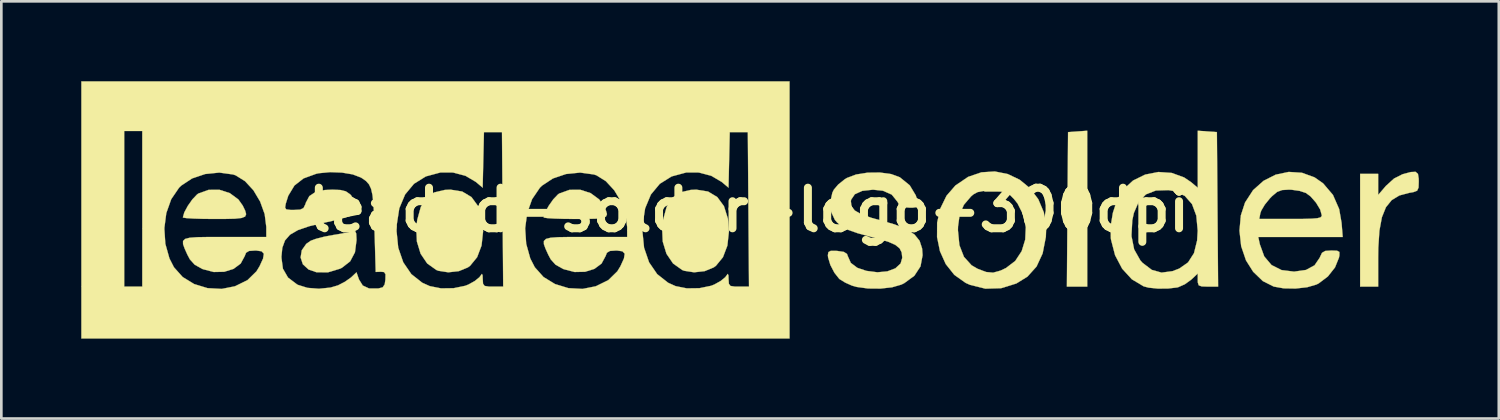
<source format=kicad_pcb>
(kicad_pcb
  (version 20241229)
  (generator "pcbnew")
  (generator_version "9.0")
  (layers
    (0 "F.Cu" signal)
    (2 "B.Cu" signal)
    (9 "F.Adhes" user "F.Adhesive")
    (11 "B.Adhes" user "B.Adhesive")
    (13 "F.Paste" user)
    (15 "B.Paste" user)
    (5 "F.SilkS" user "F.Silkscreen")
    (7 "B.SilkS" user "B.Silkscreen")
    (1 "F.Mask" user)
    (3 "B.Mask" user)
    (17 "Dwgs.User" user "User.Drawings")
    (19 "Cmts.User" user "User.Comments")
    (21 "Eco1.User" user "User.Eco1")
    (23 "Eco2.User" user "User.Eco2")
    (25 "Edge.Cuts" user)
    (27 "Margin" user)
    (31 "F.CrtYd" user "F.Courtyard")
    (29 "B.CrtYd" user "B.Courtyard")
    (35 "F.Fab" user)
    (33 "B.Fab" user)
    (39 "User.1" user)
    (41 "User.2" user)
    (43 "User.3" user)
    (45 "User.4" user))
  (footprint "leaded-solder-logo-300dpi"
    (layer "F.Cu")
    (at 25.066 4.831)
    (property "Reference" "leaded-solder-logo-300dpi" (at 0 0 0) (layer "F.SilkS") (effects (font (size 1.524 1.524) (thickness 0.3))))
    (attr through_hole)
    (fp_poly (pts (xy 12.7 2.879) (xy 11.936 2.879) (xy 11.98 -2.921) (xy 12.34 -2.947) (xy 12.7 -2.973) (xy 12.7 2.879)) (stroke (width 0.01) (type solid)) (fill yes) (layer "F.SilkS"))
    (fp_poly (pts (xy -19.489 -0.631) (xy -19.168 -0.394) (xy -19.006 -0.167) (xy -18.913 0.024) (xy -18.876 0.159) (xy -18.914 0.249) (xy -19.047 0.302) (xy -19.295 0.329) (xy -19.678 0.338) (xy -20.066 0.339) (xy -20.492 0.335) (xy -20.85 0.324) (xy -21.11 0.308) (xy -21.241 0.288) (xy -21.251 0.281) (xy -21.198 0.094) (xy -21.066 -0.151) (xy -20.894 -0.396) (xy -20.721 -0.578) (xy -20.669 -0.616) (xy -20.284 -0.754) (xy -19.876 -0.756) (xy -19.489 -0.631)) (stroke (width 0.01) (type solid)) (fill yes) (layer "F.SilkS"))
    (fp_poly (pts (xy -5.943 -0.631) (xy -5.621 -0.394) (xy -5.46 -0.167) (xy -5.367 0.024) (xy -5.329 0.159) (xy -5.367 0.249) (xy -5.5 0.302) (xy -5.749 0.329) (xy -6.132 0.338) (xy -6.519 0.339) (xy -6.945 0.335) (xy -7.303 0.324) (xy -7.563 0.308) (xy -7.695 0.288) (xy -7.705 0.281) (xy -7.652 0.094) (xy -7.519 -0.151) (xy -7.347 -0.396) (xy -7.174 -0.578) (xy -7.122 -0.616) (xy -6.737 -0.754) (xy -6.329 -0.756) (xy -5.943 -0.631)) (stroke (width 0.01) (type solid)) (fill yes) (layer "F.SilkS"))
    (fp_poly (pts (xy -14.743 0.886) (xy -14.732 1.112) (xy -14.732 1.138) (xy -14.79 1.59) (xy -14.971 1.93) (xy -15.281 2.172) (xy -15.351 2.206) (xy -15.805 2.343) (xy -16.233 2.34) (xy -16.53 2.238) (xy -16.746 2.041) (xy -16.831 1.785) (xy -16.787 1.514) (xy -16.618 1.273) (xy -16.45 1.156) (xy -16.246 1.082) (xy -15.941 1.004) (xy -15.608 0.941) (xy -15.289 0.888) (xy -15.025 0.836) (xy -14.871 0.797) (xy -14.867 0.796) (xy -14.784 0.792) (xy -14.743 0.886)) (stroke (width 0.01) (type solid)) (fill yes) (layer "F.SilkS"))
    (fp_poly (pts (xy -10.764 -0.691) (xy -10.416 -0.482) (xy -10.167 -0.142) (xy -10.02 0.323) (xy -9.98 0.807) (xy -10.038 1.338) (xy -10.204 1.775) (xy -10.468 2.097) (xy -10.552 2.158) (xy -10.891 2.298) (xy -11.287 2.342) (xy -11.659 2.284) (xy -11.734 2.255) (xy -12.078 2.01) (xy -12.325 1.646) (xy -12.465 1.188) (xy -12.489 0.661) (xy -12.452 0.37) (xy -12.319 -0.112) (xy -12.114 -0.449) (xy -11.82 -0.656) (xy -11.419 -0.751) (xy -11.204 -0.761) (xy -10.764 -0.691)) (stroke (width 0.01) (type solid)) (fill yes) (layer "F.SilkS"))
    (fp_poly (pts (xy -1.535 -0.691) (xy -1.188 -0.482) (xy -0.938 -0.142) (xy -0.791 0.323) (xy -0.751 0.807) (xy -0.809 1.338) (xy -0.975 1.775) (xy -1.239 2.097) (xy -1.323 2.158) (xy -1.662 2.298) (xy -2.059 2.342) (xy -2.43 2.284) (xy -2.505 2.255) (xy -2.849 2.01) (xy -3.096 1.646) (xy -3.236 1.188) (xy -3.26 0.661) (xy -3.223 0.37) (xy -3.09 -0.112) (xy -2.885 -0.449) (xy -2.591 -0.656) (xy -2.19 -0.751) (xy -1.975 -0.761) (xy -1.535 -0.691)) (stroke (width 0.01) (type solid)) (fill yes) (layer "F.SilkS"))
    (fp_poly (pts (xy 25.116 -1.353) (xy 25.144 -1.172) (xy 25.146 -1.069) (xy 25.138 -0.838) (xy 25.085 -0.722) (xy 24.942 -0.668) (xy 24.789 -0.642) (xy 24.418 -0.543) (xy 24.129 -0.368) (xy 23.913 -0.1) (xy 23.762 0.276) (xy 23.669 0.777) (xy 23.627 1.419) (xy 23.622 1.793) (xy 23.622 2.879) (xy 22.945 2.879) (xy 22.945 -1.355) (xy 23.622 -1.355) (xy 23.622 -0.562) (xy 23.912 -0.901) (xy 24.219 -1.18) (xy 24.535 -1.339) (xy 24.844 -1.422) (xy 25.027 -1.431) (xy 25.116 -1.353)) (stroke (width 0.01) (type solid)) (fill yes) (layer "F.SilkS"))
    (fp_poly (pts (xy 9.717 -1.347) (xy 10.164 -1.133) (xy 10.553 -0.815) (xy 10.862 -0.403) (xy 11.071 0.09) (xy 11.16 0.653) (xy 11.147 1.013) (xy 11.026 1.632) (xy 10.798 2.124) (xy 10.457 2.503) (xy 10.04 2.761) (xy 9.466 2.939) (xy 8.875 2.956) (xy 8.298 2.812) (xy 8.135 2.739) (xy 7.711 2.439) (xy 7.388 2.032) (xy 7.171 1.549) (xy 7.062 1.02) (xy 7.064 0.761) (xy 7.846 0.761) (xy 7.901 1.322) (xy 8.071 1.76) (xy 8.357 2.077) (xy 8.577 2.206) (xy 8.903 2.33) (xy 9.167 2.355) (xy 9.443 2.278) (xy 9.65 2.18) (xy 9.997 1.915) (xy 10.239 1.548) (xy 10.372 1.114) (xy 10.393 0.648) (xy 10.298 0.184) (xy 10.083 -0.243) (xy 9.95 -0.409) (xy 9.784 -0.578) (xy 9.64 -0.671) (xy 9.456 -0.711) (xy 9.173 -0.72) (xy 9.115 -0.72) (xy 8.794 -0.71) (xy 8.583 -0.669) (xy 8.426 -0.583) (xy 8.338 -0.508) (xy 8.069 -0.192) (xy 7.912 0.167) (xy 7.85 0.619) (xy 7.846 0.761) (xy 7.064 0.761) (xy 7.065 0.477) (xy 7.183 -0.051) (xy 7.418 -0.533) (xy 7.752 -0.918) (xy 8.228 -1.241) (xy 8.728 -1.412) (xy 9.231 -1.444) (xy 9.717 -1.347)) (stroke (width 0.01) (type solid)) (fill yes) (layer "F.SilkS"))
    (fp_poly (pts (xy 17.568 -2.921) (xy 17.613 2.879) (xy 17.231 2.879) (xy 16.996 2.871) (xy 16.885 2.829) (xy 16.851 2.722) (xy 16.849 2.633) (xy 16.849 2.387) (xy 16.598 2.622) (xy 16.363 2.791) (xy 16.114 2.901) (xy 16.079 2.91) (xy 15.73 2.951) (xy 15.348 2.953) (xy 15.006 2.918) (xy 14.819 2.869) (xy 14.375 2.604) (xy 14.011 2.206) (xy 13.745 1.7) (xy 13.592 1.11) (xy 13.585 1.055) (xy 13.584 0.974) (xy 14.36 0.974) (xy 14.461 1.481) (xy 14.694 1.895) (xy 14.779 1.989) (xy 15.125 2.251) (xy 15.49 2.353) (xy 15.898 2.299) (xy 16.153 2.202) (xy 16.485 1.97) (xy 16.708 1.621) (xy 16.825 1.147) (xy 16.847 0.78) (xy 16.795 0.215) (xy 16.633 -0.22) (xy 16.363 -0.526) (xy 15.984 -0.703) (xy 15.752 -0.743) (xy 15.277 -0.729) (xy 14.906 -0.585) (xy 14.632 -0.305) (xy 14.451 0.114) (xy 14.392 0.388) (xy 14.36 0.974) (xy 13.584 0.974) (xy 13.581 0.601) (xy 13.662 0.111) (xy 13.812 -0.351) (xy 14.014 -0.72) (xy 14.041 -0.756) (xy 14.42 -1.103) (xy 14.876 -1.327) (xy 15.372 -1.424) (xy 15.872 -1.389) (xy 16.339 -1.219) (xy 16.597 -1.044) (xy 16.849 -0.832) (xy 16.849 -2.973) (xy 17.568 -2.921)) (stroke (width 0.01) (type solid)) (fill yes) (layer "F.SilkS"))
    (fp_poly (pts (xy 20.761 -1.395) (xy 21.235 -1.222) (xy 21.555 -0.998) (xy 21.924 -0.565) (xy 22.158 -0.032) (xy 22.248 0.484) (xy 22.291 1.016) (xy 19.121 1.016) (xy 19.18 1.291) (xy 19.345 1.745) (xy 19.618 2.068) (xy 19.996 2.258) (xy 20.465 2.316) (xy 20.912 2.253) (xy 21.233 2.079) (xy 21.427 1.795) (xy 21.436 1.772) (xy 21.514 1.61) (xy 21.636 1.539) (xy 21.863 1.524) (xy 22.079 1.531) (xy 22.167 1.578) (xy 22.167 1.702) (xy 22.15 1.792) (xy 22.002 2.158) (xy 21.733 2.498) (xy 21.389 2.758) (xy 21.303 2.801) (xy 20.957 2.902) (xy 20.524 2.951) (xy 20.079 2.944) (xy 19.701 2.877) (xy 19.292 2.671) (xy 18.93 2.322) (xy 18.66 1.894) (xy 18.479 1.362) (xy 18.415 0.778) (xy 18.455 0.339) (xy 19.158 0.339) (xy 20.332 0.339) (xy 20.803 0.337) (xy 21.13 0.328) (xy 21.338 0.311) (xy 21.453 0.281) (xy 21.499 0.236) (xy 21.505 0.2) (xy 21.444 -0.017) (xy 21.29 -0.272) (xy 21.088 -0.504) (xy 20.909 -0.637) (xy 20.672 -0.715) (xy 20.37 -0.758) (xy 20.269 -0.762) (xy 20.015 -0.746) (xy 19.83 -0.677) (xy 19.643 -0.521) (xy 19.556 -0.432) (xy 19.368 -0.201) (xy 19.235 0.021) (xy 19.2 0.118) (xy 19.158 0.339) (xy 18.455 0.339) (xy 18.468 0.201) (xy 18.624 -0.277) (xy 18.926 -0.743) (xy 19.32 -1.094) (xy 19.775 -1.324) (xy 20.265 -1.427) (xy 20.761 -1.395)) (stroke (width 0.01) (type solid)) (fill yes) (layer "F.SilkS"))
    (fp_poly (pts (xy 5.341 -1.346) (xy 5.664 -1.227) (xy 6.037 -0.924) (xy 6.266 -0.543) (xy 6.317 -0.36) (xy 6.343 -0.185) (xy 6.301 -0.106) (xy 6.15 -0.085) (xy 6.027 -0.085) (xy 5.789 -0.104) (xy 5.653 -0.182) (xy 5.571 -0.315) (xy 5.361 -0.575) (xy 5.03 -0.721) (xy 4.657 -0.76) (xy 4.254 -0.716) (xy 3.976 -0.59) (xy 3.838 -0.388) (xy 3.827 -0.332) (xy 3.848 -0.14) (xy 3.974 0.022) (xy 4.221 0.164) (xy 4.61 0.3) (xy 4.883 0.374) (xy 5.472 0.545) (xy 5.911 0.722) (xy 6.216 0.923) (xy 6.407 1.16) (xy 6.501 1.449) (xy 6.519 1.698) (xy 6.441 2.119) (xy 6.21 2.471) (xy 5.829 2.75) (xy 5.719 2.804) (xy 5.374 2.904) (xy 4.935 2.953) (xy 4.469 2.949) (xy 4.045 2.891) (xy 3.868 2.841) (xy 3.616 2.729) (xy 3.412 2.604) (xy 3.387 2.583) (xy 3.209 2.359) (xy 3.057 2.066) (xy 2.971 1.783) (xy 2.963 1.697) (xy 2.983 1.583) (xy 3.072 1.536) (xy 3.275 1.537) (xy 3.322 1.54) (xy 3.564 1.576) (xy 3.682 1.654) (xy 3.712 1.736) (xy 3.825 1.989) (xy 4.069 2.173) (xy 4.406 2.287) (xy 4.823 2.341) (xy 5.197 2.306) (xy 5.498 2.192) (xy 5.694 2.011) (xy 5.756 1.797) (xy 5.734 1.596) (xy 5.655 1.44) (xy 5.494 1.311) (xy 5.227 1.194) (xy 4.832 1.075) (xy 4.547 1.001) (xy 4.075 0.872) (xy 3.735 0.752) (xy 3.492 0.624) (xy 3.309 0.47) (xy 3.225 0.371) (xy 3.085 0.071) (xy 3.053 -0.292) (xy 3.132 -0.648) (xy 3.189 -0.762) (xy 3.351 -0.953) (xy 3.588 -1.144) (xy 3.675 -1.199) (xy 4.022 -1.33) (xy 4.456 -1.399) (xy 4.916 -1.404) (xy 5.341 -1.346)) (stroke (width 0.01) (type solid)) (fill yes) (layer "F.SilkS"))
    (fp_poly (pts (xy 1.524 4.826) (xy -25.061 4.826) (xy -25.061 -2.963) (xy -23.453 -2.963) (xy -23.453 2.879) (xy -22.775 2.879) (xy -22.775 0.691) (xy -21.947 0.691) (xy -21.909 1.272) (xy -21.755 1.821) (xy -21.586 2.152) (xy -21.259 2.518) (xy -20.826 2.783) (xy -20.325 2.936) (xy -19.794 2.965) (xy -19.295 2.866) (xy -18.826 2.636) (xy -18.488 2.305) (xy -18.371 2.113) (xy -18.238 1.821) (xy -18.232 1.779) (xy -17.552 1.779) (xy -17.495 2.207) (xy -17.303 2.54) (xy -16.964 2.796) (xy -16.927 2.815) (xy -16.574 2.925) (xy -16.144 2.959) (xy -15.71 2.915) (xy -15.429 2.832) (xy -15.169 2.698) (xy -14.946 2.541) (xy -14.924 2.522) (xy -14.733 2.342) (xy -14.639 2.611) (xy -14.498 2.838) (xy -14.262 2.947) (xy -13.917 2.949) (xy -13.75 2.906) (xy -13.674 2.794) (xy -13.648 2.617) (xy -13.644 2.416) (xy -13.697 2.333) (xy -13.818 2.321) (xy -14.012 2.328) (xy -14.055 0.804) (xy -14.055 0.781) (xy -13.23 0.781) (xy -13.166 1.419) (xy -12.977 1.967) (xy -12.674 2.41) (xy -12.263 2.734) (xy -11.98 2.861) (xy -11.56 2.944) (xy -11.088 2.938) (xy -10.651 2.848) (xy -10.529 2.8) (xy -10.293 2.669) (xy -10.121 2.529) (xy -10.087 2.485) (xy -10.025 2.401) (xy -9.999 2.453) (xy -9.993 2.603) (xy -9.982 2.772) (xy -9.922 2.853) (xy -9.767 2.877) (xy -9.609 2.879) (xy -9.226 2.879) (xy -9.243 0.691) (xy -8.401 0.691) (xy -8.362 1.272) (xy -8.209 1.821) (xy -8.039 2.152) (xy -7.712 2.518) (xy -7.279 2.783) (xy -6.778 2.936) (xy -6.247 2.965) (xy -5.749 2.866) (xy -5.28 2.636) (xy -4.941 2.305) (xy -4.824 2.113) (xy -4.692 1.821) (xy -4.664 1.643) (xy -4.748 1.553) (xy -4.95 1.524) (xy -4.994 1.524) (xy -5.219 1.54) (xy -5.332 1.608) (xy -5.384 1.737) (xy -5.534 2.014) (xy -5.802 2.213) (xy -6.152 2.322) (xy -6.546 2.33) (xy -6.948 2.226) (xy -6.978 2.213) (xy -7.259 2.057) (xy -7.44 1.857) (xy -7.536 1.676) (xy -7.638 1.451) (xy -7.698 1.284) (xy -7.698 1.167) (xy -7.62 1.089) (xy -7.447 1.044) (xy -7.159 1.023) (xy -6.74 1.016) (xy -6.169 1.016) (xy -6.138 1.016) (xy -4.572 1.016) (xy -4.572 0.781) (xy -4.001 0.781) (xy -3.937 1.419) (xy -3.749 1.967) (xy -3.445 2.41) (xy -3.034 2.734) (xy -2.752 2.861) (xy -2.332 2.944) (xy -1.86 2.938) (xy -1.422 2.848) (xy -1.3 2.8) (xy -1.064 2.669) (xy -0.892 2.529) (xy -0.858 2.485) (xy -0.797 2.401) (xy -0.77 2.453) (xy -0.765 2.603) (xy -0.753 2.772) (xy -0.694 2.853) (xy -0.538 2.877) (xy -0.38 2.879) (xy 0.002 2.879) (xy -0.042 -2.921) (xy -0.72 -2.921) (xy -0.767 -0.836) (xy -1.022 -1.051) (xy -1.413 -1.281) (xy -1.881 -1.405) (xy -2.349 -1.407) (xy -2.902 -1.258) (xy -3.346 -0.981) (xy -3.68 -0.58) (xy -3.897 -0.061) (xy -3.995 0.572) (xy -4.001 0.781) (xy -4.572 0.781) (xy -4.572 0.638) (xy -4.634 0.157) (xy -4.803 -0.315) (xy -5.057 -0.739) (xy -5.371 -1.079) (xy -5.721 -1.298) (xy -5.819 -1.331) (xy -6.338 -1.402) (xy -6.868 -1.348) (xy -7.36 -1.181) (xy -7.768 -0.912) (xy -7.849 -0.833) (xy -8.141 -0.403) (xy -8.326 0.119) (xy -8.401 0.691) (xy -9.243 0.691) (xy -9.271 -2.921) (xy -9.948 -2.921) (xy -9.972 -1.879) (xy -9.996 -0.836) (xy -10.251 -1.051) (xy -10.641 -1.281) (xy -11.11 -1.405) (xy -11.578 -1.407) (xy -12.13 -1.258) (xy -12.575 -0.981) (xy -12.908 -0.58) (xy -13.126 -0.061) (xy -13.224 0.572) (xy -13.23 0.781) (xy -14.055 0.781) (xy -14.074 0.213) (xy -14.098 -0.234) (xy -14.133 -0.562) (xy -14.186 -0.796) (xy -14.264 -0.961) (xy -14.372 -1.083) (xy -14.517 -1.186) (xy -14.57 -1.218) (xy -14.874 -1.334) (xy -15.279 -1.402) (xy -15.724 -1.419) (xy -16.146 -1.378) (xy -16.245 -1.357) (xy -16.72 -1.184) (xy -17.064 -0.915) (xy -17.295 -0.532) (xy -17.389 -0.233) (xy -17.413 -0.088) (xy -17.368 -0.02) (xy -17.213 -0.001) (xy -17.079 0) (xy -16.846 -0.012) (xy -16.723 -0.07) (xy -16.653 -0.211) (xy -16.633 -0.274) (xy -16.504 -0.518) (xy -16.274 -0.672) (xy -15.922 -0.748) (xy -15.638 -0.761) (xy -15.332 -0.748) (xy -15.133 -0.698) (xy -14.976 -0.589) (xy -14.94 -0.554) (xy -14.777 -0.311) (xy -14.74 -0.062) (xy -14.834 0.145) (xy -14.864 0.173) (xy -14.997 0.234) (xy -15.257 0.314) (xy -15.604 0.403) (xy -15.93 0.476) (xy -16.505 0.611) (xy -16.931 0.757) (xy -17.228 0.929) (xy -17.417 1.145) (xy -17.518 1.421) (xy -17.552 1.773) (xy -17.552 1.779) (xy -18.232 1.779) (xy -18.211 1.643) (xy -18.294 1.553) (xy -18.497 1.524) (xy -18.54 1.524) (xy -18.766 1.54) (xy -18.879 1.608) (xy -18.931 1.737) (xy -19.081 2.014) (xy -19.349 2.213) (xy -19.699 2.322) (xy -20.093 2.33) (xy -20.494 2.226) (xy -20.525 2.213) (xy -20.806 2.057) (xy -20.987 1.857) (xy -21.083 1.676) (xy -21.184 1.451) (xy -21.244 1.284) (xy -21.245 1.167) (xy -21.167 1.089) (xy -20.994 1.044) (xy -20.706 1.023) (xy -20.286 1.016) (xy -19.716 1.016) (xy -19.685 1.016) (xy -18.119 1.016) (xy -18.119 0.638) (xy -18.18 0.157) (xy -18.35 -0.315) (xy -18.603 -0.739) (xy -18.917 -1.079) (xy -19.268 -1.298) (xy -19.365 -1.331) (xy -19.884 -1.402) (xy -20.414 -1.348) (xy -20.907 -1.181) (xy -21.314 -0.912) (xy -21.395 -0.833) (xy -21.688 -0.403) (xy -21.873 0.119) (xy -21.947 0.691) (xy -22.775 0.691) (xy -22.775 -2.963) (xy -23.453 -2.963) (xy -25.061 -2.963) (xy -25.061 -4.826) (xy 1.524 -4.826) (xy 1.524 4.826)) (stroke (width 0.01) (type solid)) (fill yes) (layer "F.SilkS")))
  (gr_rect
    (start -3 -3)
    (end 53.217 12.662)
    (stroke (width 0.1) (type default))
    (fill no)
    (layer "Edge.Cuts")))
</source>
